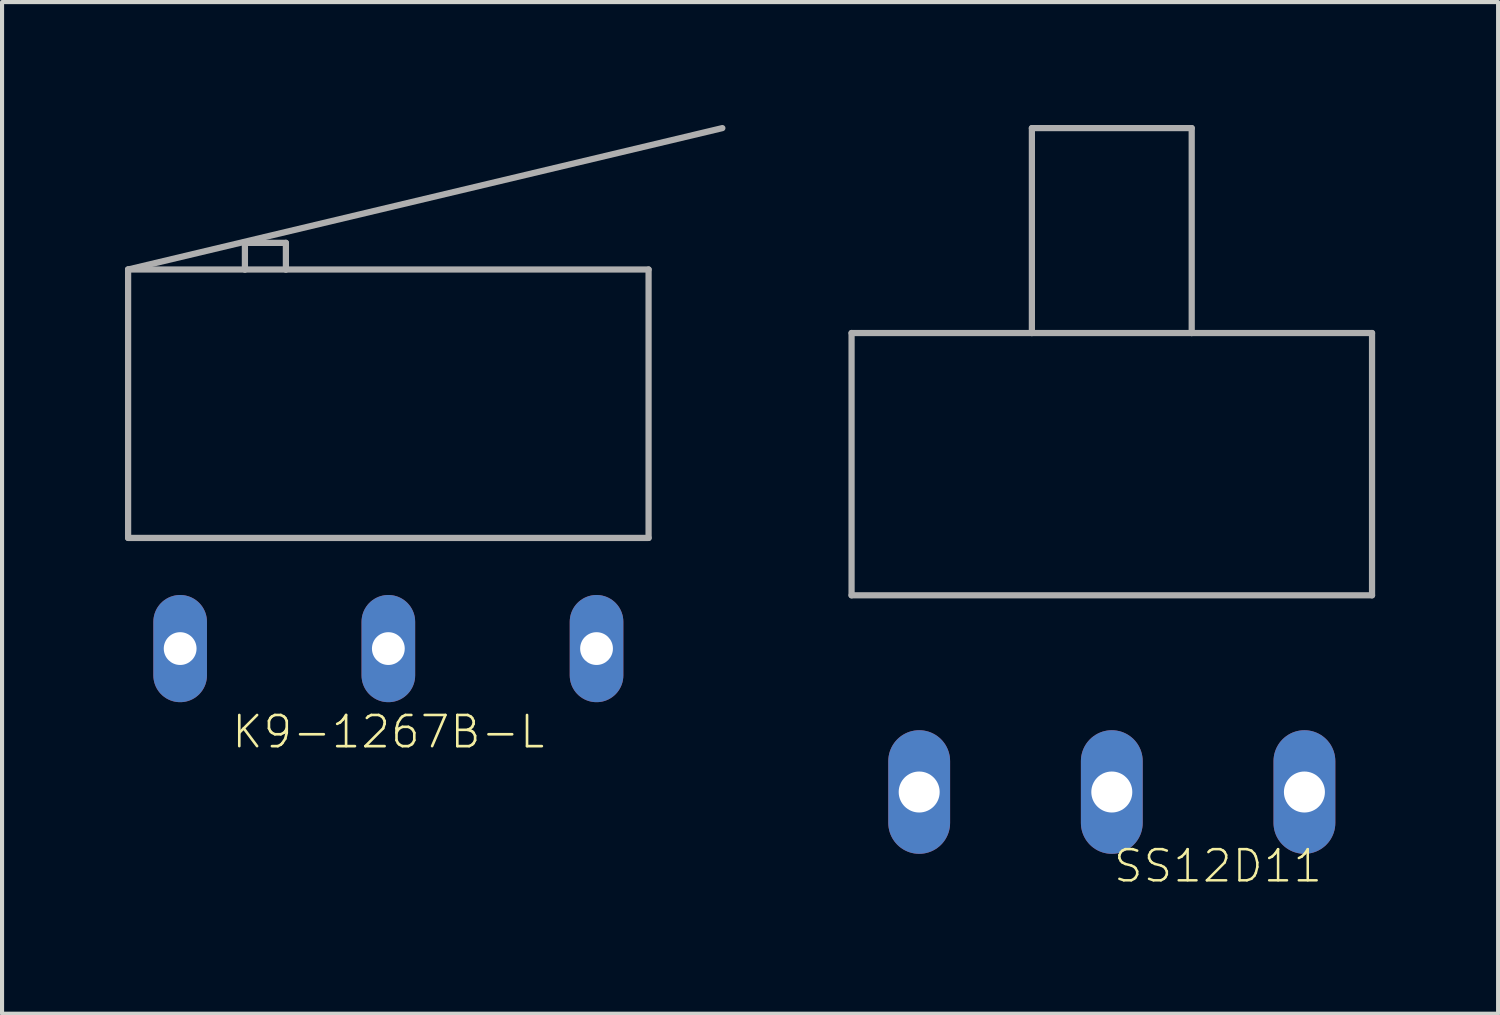
<source format=kicad_pcb>
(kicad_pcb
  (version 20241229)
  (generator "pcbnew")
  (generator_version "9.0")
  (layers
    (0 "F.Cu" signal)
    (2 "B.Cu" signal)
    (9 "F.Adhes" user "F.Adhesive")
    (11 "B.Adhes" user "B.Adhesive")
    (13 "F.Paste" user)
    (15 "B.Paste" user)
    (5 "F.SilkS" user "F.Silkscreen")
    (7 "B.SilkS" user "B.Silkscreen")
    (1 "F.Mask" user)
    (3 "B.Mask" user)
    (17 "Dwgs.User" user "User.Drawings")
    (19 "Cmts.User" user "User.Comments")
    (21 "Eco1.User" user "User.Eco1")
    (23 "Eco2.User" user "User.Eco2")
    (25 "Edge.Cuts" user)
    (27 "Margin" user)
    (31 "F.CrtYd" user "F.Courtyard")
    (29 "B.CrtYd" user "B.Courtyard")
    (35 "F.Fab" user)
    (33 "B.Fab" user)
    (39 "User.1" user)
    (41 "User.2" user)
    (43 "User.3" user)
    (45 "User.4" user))
  (footprint "SS12D11"
    (layer "F.Cu")
    (at 24.079 16.276)
    (property "Reference" "SS12D11" (at 0 2.25 180) (layer "F.SilkS") (effects (font (size 0.76 0.76) (thickness 0.061)) (justify left bottom)))
    (attr through_hole)
    (fp_line (start -6.35 -11.2) (end -6.35 -4.8) (stroke (width 0.152) (type solid)) (layer "F.Fab"))
    (fp_line (start -6.35 -4.8) (end 6.35 -4.8) (stroke (width 0.152) (type solid)) (layer "F.Fab"))
    (fp_line (start -1.95 -16.2) (end 1.95 -16.2) (stroke (width 0.152) (type solid)) (layer "F.Fab"))
    (fp_line (start -1.95 -11.2) (end -6.35 -11.2) (stroke (width 0.152) (type solid)) (layer "F.Fab"))
    (fp_line (start -1.95 -11.2) (end -1.95 -16.2) (stroke (width 0.152) (type solid)) (layer "F.Fab"))
    (fp_line (start 1.95 -16.2) (end 1.95 -11.2) (stroke (width 0.152) (type solid)) (layer "F.Fab"))
    (fp_line (start 1.95 -11.2) (end -1.95 -11.2) (stroke (width 0.152) (type solid)) (layer "F.Fab"))
    (fp_line (start 6.35 -11.2) (end 1.95 -11.2) (stroke (width 0.152) (type solid)) (layer "F.Fab"))
    (fp_line (start 6.35 -4.8) (end 6.35 -11.2) (stroke (width 0.152) (type solid)) (layer "F.Fab"))
    (pad "1" thru_hole oval (at -4.7 0 90) (size 3.016 1.508) (drill 1) (layers "*.Cu" "*.Mask"))
    (pad "2" thru_hole oval (at 0 0 90) (size 3.016 1.508) (drill 1) (layers "*.Cu" "*.Mask"))
    (pad "3" thru_hole oval (at 4.7 0 90) (size 3.016 1.508) (drill 1) (layers "*.Cu" "*.Mask")))
  (footprint "K9-1267B-L"
    (layer "F.Cu")
    (at 6.426 12.776)
    (property "Reference" "K9-1267B-L" (at 0 2.032 0) (layer "F.SilkS") (effects (font (size 0.76 0.76) (thickness 0.064))))
    (attr through_hole)
    (fp_line (start -6.35 -9.25) (end -6.35 -2.7) (stroke (width 0.152) (type solid)) (layer "F.Fab"))
    (fp_line (start -6.35 -9.25) (end 8.15 -12.7) (stroke (width 0.152) (type solid)) (layer "F.Fab"))
    (fp_line (start -6.35 -2.7) (end 6.35 -2.7) (stroke (width 0.152) (type solid)) (layer "F.Fab"))
    (fp_line (start -3.5 -9.9) (end -2.5 -9.9) (stroke (width 0.152) (type solid)) (layer "F.Fab"))
    (fp_line (start -3.5 -9.25) (end -6.35 -9.25) (stroke (width 0.152) (type solid)) (layer "F.Fab"))
    (fp_line (start -3.5 -9.25) (end -3.5 -9.9) (stroke (width 0.152) (type solid)) (layer "F.Fab"))
    (fp_line (start -2.5 -9.9) (end -2.5 -9.25) (stroke (width 0.152) (type solid)) (layer "F.Fab"))
    (fp_line (start -2.5 -9.25) (end -3.5 -9.25) (stroke (width 0.152) (type solid)) (layer "F.Fab"))
    (fp_line (start 6.35 -9.25) (end -2.5 -9.25) (stroke (width 0.152) (type solid)) (layer "F.Fab"))
    (fp_line (start 6.35 -2.7) (end 6.35 -9.25) (stroke (width 0.152) (type solid)) (layer "F.Fab"))
    (pad "P1" thru_hole oval (at -5.08 0 90) (size 2.616 1.308) (drill 0.8) (layers "*.Cu" "*.Mask"))
    (pad "P2" thru_hole oval (at 0 0 90) (size 2.616 1.308) (drill 0.8) (layers "*.Cu" "*.Mask"))
    (pad "P3" thru_hole oval (at 5.08 0 90) (size 2.616 1.308) (drill 0.8) (layers "*.Cu" "*.Mask")))
  (gr_rect
    (start -3 -3)
    (end 33.505 21.686)
    (stroke (width 0.1) (type default))
    (fill no)
    (layer "Edge.Cuts")))
</source>
